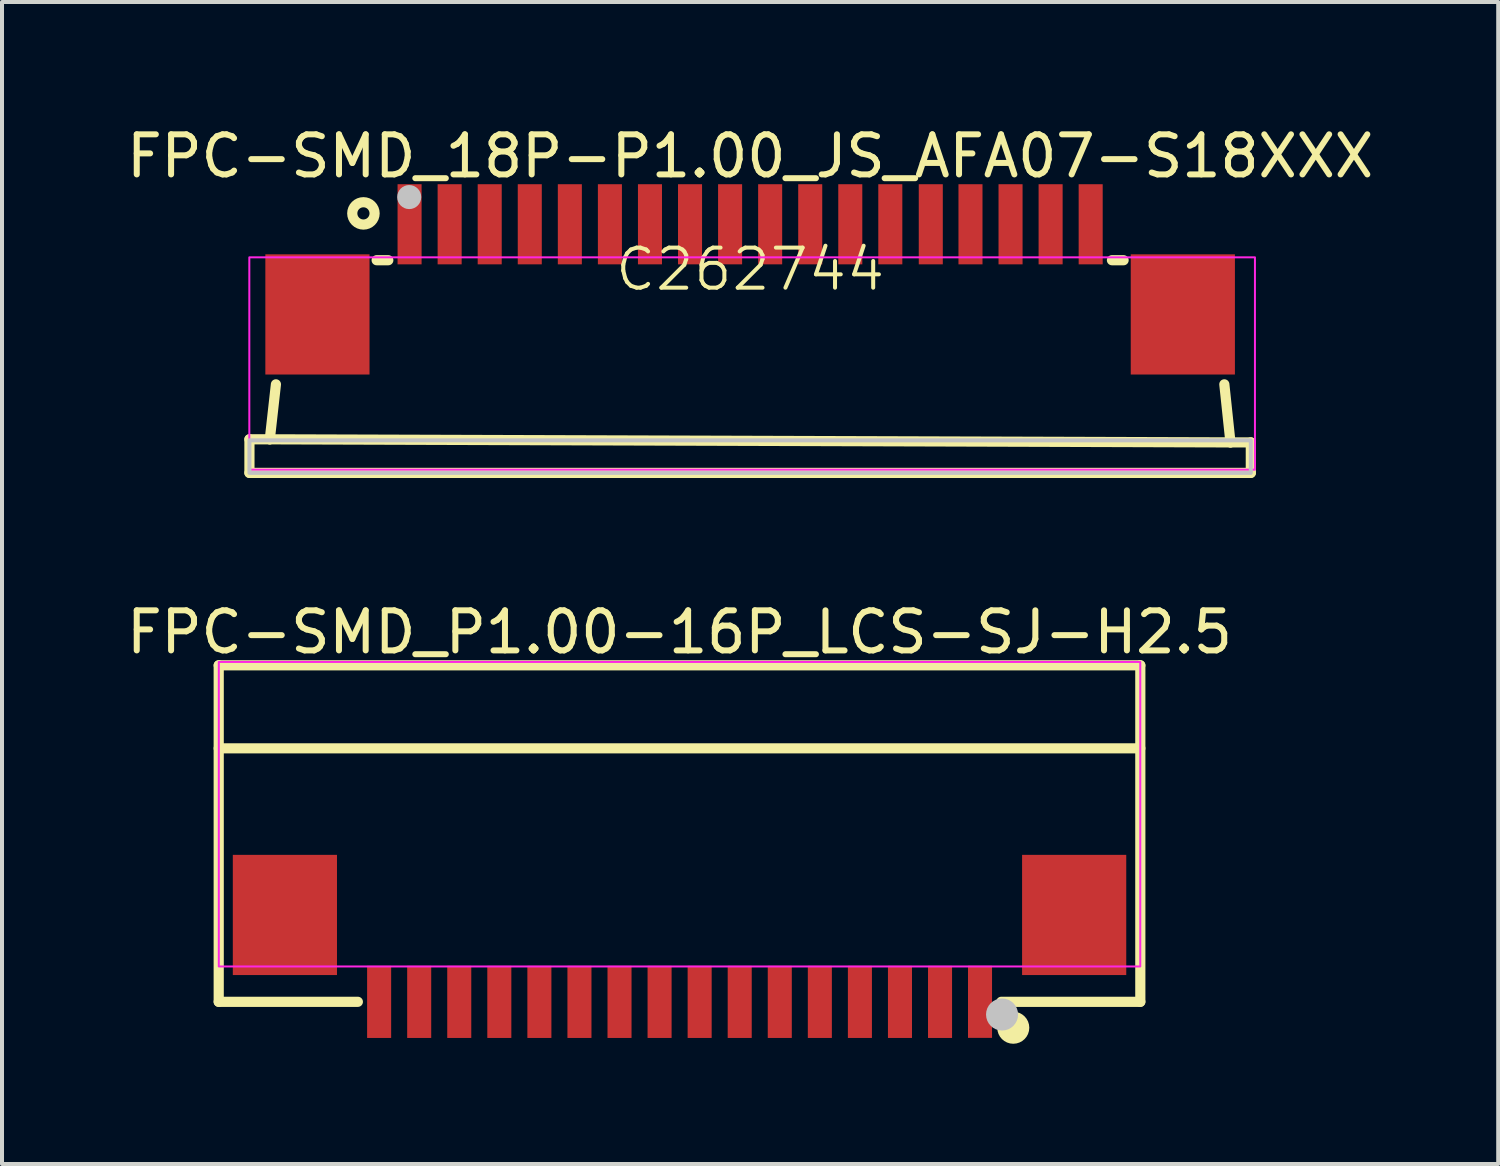
<source format=kicad_pcb>
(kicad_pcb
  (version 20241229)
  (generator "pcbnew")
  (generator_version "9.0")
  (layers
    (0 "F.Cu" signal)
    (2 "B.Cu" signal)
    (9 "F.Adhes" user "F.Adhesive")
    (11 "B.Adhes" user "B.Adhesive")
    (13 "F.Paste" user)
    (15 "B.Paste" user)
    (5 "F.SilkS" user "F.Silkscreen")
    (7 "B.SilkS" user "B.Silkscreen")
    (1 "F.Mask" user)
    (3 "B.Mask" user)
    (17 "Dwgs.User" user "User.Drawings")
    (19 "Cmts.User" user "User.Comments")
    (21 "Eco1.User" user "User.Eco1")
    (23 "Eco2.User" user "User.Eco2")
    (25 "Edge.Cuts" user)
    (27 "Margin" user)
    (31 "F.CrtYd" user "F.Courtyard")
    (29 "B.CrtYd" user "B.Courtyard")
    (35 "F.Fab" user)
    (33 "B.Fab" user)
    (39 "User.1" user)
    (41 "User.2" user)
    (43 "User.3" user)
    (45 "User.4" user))
  (footprint "FPC-SMD_P1.00-16P_LCS-SJ-H2.5"
    (layer "F.Cu")
    (at 13.911 20.872)
    (property "Reference" "FPC-SMD_P1.00-16P_LCS-SJ-H2.5" (at -0.00025 -8.143 0) (layer "F.SilkS") (effects (font (size 1 1) (thickness 0.15))))
    (fp_line (start -11.502 -7.316) (end 11.501 -7.316) (stroke (width 0.254) (type solid)) (layer "F.SilkS"))
    (fp_line (start -11.502 -5.244) (end 11.501 -5.244) (stroke (width 0.254) (type default)) (layer "F.SilkS"))
    (fp_line (start -11.502 1.083) (end -11.502 -7.316) (stroke (width 0.254) (type default)) (layer "F.SilkS"))
    (fp_line (start -8.029 1.083) (end -11.502 1.083) (stroke (width 0.254) (type default)) (layer "F.SilkS"))
    (fp_line (start 11.501 -7.316) (end 11.501 1.083) (stroke (width 0.254) (type default)) (layer "F.SilkS"))
    (fp_line (start 11.501 1.083) (end 8.031 1.083) (stroke (width 0.254) (type default)) (layer "F.SilkS"))
    (fp_circle (center 8.33 1.73) (end 8.53 1.73) (stroke (width 0.4) (type default)) (fill no) (layer "F.SilkS"))
    (fp_circle (center 8.05 1.4) (end 8.25 1.4) (stroke (width 0.4) (type default)) (fill no) (layer "Dwgs.User"))
    (fp_rect (start -11.5 -7.4) (end 11.5 0.2) (stroke (width 0.05) (type solid)) (fill no) (layer "F.CrtYd"))
    (fp_poly (pts (xy -8.95 -0.035) (xy -10.75 -0.035) (xy -10.75 -2.135) (xy -8.95 -2.135)) (stroke (width 0.1) (type default)) (fill no) (layer "User.1"))
    (fp_poly (pts (xy -7.373 1.284) (xy -7.623 1.284) (xy -7.623 0.183) (xy -7.373 0.183)) (stroke (width 0.1) (type default)) (fill no) (layer "User.1"))
    (fp_poly (pts (xy -6.373 1.284) (xy -6.623 1.284) (xy -6.623 0.183) (xy -6.373 0.183)) (stroke (width 0.1) (type default)) (fill no) (layer "User.1"))
    (fp_poly (pts (xy -5.373 1.284) (xy -5.623 1.284) (xy -5.623 0.183) (xy -5.373 0.183)) (stroke (width 0.1) (type default)) (fill no) (layer "User.1"))
    (fp_poly (pts (xy -4.373 1.284) (xy -4.623 1.284) (xy -4.623 0.183) (xy -4.373 0.183)) (stroke (width 0.1) (type default)) (fill no) (layer "User.1"))
    (fp_poly (pts (xy -3.373 1.284) (xy -3.623 1.284) (xy -3.623 0.183) (xy -3.373 0.183)) (stroke (width 0.1) (type default)) (fill no) (layer "User.1"))
    (fp_poly (pts (xy -2.373 1.284) (xy -2.623 1.284) (xy -2.623 0.183) (xy -2.373 0.183)) (stroke (width 0.1) (type default)) (fill no) (layer "User.1"))
    (fp_poly (pts (xy -1.373 1.284) (xy -1.623 1.284) (xy -1.623 0.183) (xy -1.373 0.183)) (stroke (width 0.1) (type default)) (fill no) (layer "User.1"))
    (fp_poly (pts (xy -0.373 1.284) (xy -0.623 1.284) (xy -0.623 0.183) (xy -0.373 0.183)) (stroke (width 0.1) (type default)) (fill no) (layer "User.1"))
    (fp_poly (pts (xy 0.627 1.284) (xy 0.377 1.284) (xy 0.377 0.183) (xy 0.627 0.183)) (stroke (width 0.1) (type default)) (fill no) (layer "User.1"))
    (fp_poly (pts (xy 1.627 1.284) (xy 1.377 1.284) (xy 1.377 0.183) (xy 1.627 0.183)) (stroke (width 0.1) (type default)) (fill no) (layer "User.1"))
    (fp_poly (pts (xy 2.627 1.284) (xy 2.377 1.284) (xy 2.377 0.183) (xy 2.627 0.183)) (stroke (width 0.1) (type default)) (fill no) (layer "User.1"))
    (fp_poly (pts (xy 3.627 1.284) (xy 3.377 1.284) (xy 3.377 0.183) (xy 3.627 0.183)) (stroke (width 0.1) (type default)) (fill no) (layer "User.1"))
    (fp_poly (pts (xy 4.627 1.284) (xy 4.377 1.284) (xy 4.377 0.183) (xy 4.627 0.183)) (stroke (width 0.1) (type default)) (fill no) (layer "User.1"))
    (fp_poly (pts (xy 5.627 1.284) (xy 5.377 1.284) (xy 5.377 0.183) (xy 5.627 0.183)) (stroke (width 0.1) (type default)) (fill no) (layer "User.1"))
    (fp_poly (pts (xy 6.627 1.284) (xy 6.377 1.284) (xy 6.377 0.183) (xy 6.627 0.183)) (stroke (width 0.1) (type default)) (fill no) (layer "User.1"))
    (fp_poly (pts (xy 7.625 1.284) (xy 7.375 1.284) (xy 7.375 0.183) (xy 7.625 0.183)) (stroke (width 0.1) (type default)) (fill no) (layer "User.1"))
    (fp_poly (pts (xy 10.75 -0.035) (xy 8.95 -0.035) (xy 8.95 -2.135) (xy 10.75 -2.135)) (stroke (width 0.1) (type default)) (fill no) (layer "User.1"))
    (fp_line (start -11.5 -5.1) (end 11.5 -5.1) (stroke (width 0.051) (type default)) (layer "User.2"))
    (fp_line (start -11.5 -4.12) (end -11.5 -5.1) (stroke (width 0.051) (type default)) (layer "User.2"))
    (fp_line (start -11.15 -2.62) (end -11.5 -4.12) (stroke (width 0.051) (type default)) (layer "User.2"))
    (fp_line (start -11.15 -1.62) (end -11.15 -2.62) (stroke (width 0.051) (type default)) (layer "User.2"))
    (fp_line (start -11.02 0.2) (end -11 -1.62) (stroke (width 0.051) (type default)) (layer "User.2"))
    (fp_line (start -11 -1.62) (end -11.15 -1.62) (stroke (width 0.051) (type default)) (layer "User.2"))
    (fp_line (start 11 -1.62) (end 11.01 0.2) (stroke (width 0.051) (type default)) (layer "User.2"))
    (fp_line (start 11.01 0.2) (end -11.02 0.2) (stroke (width 0.051) (type default)) (layer "User.2"))
    (fp_line (start 11.15 -1.62) (end 11 -1.62) (stroke (width 0.051) (type default)) (layer "User.2"))
    (fp_line (start 11.16 -2.64) (end 11.15 -1.62) (stroke (width 0.051) (type default)) (layer "User.2"))
    (fp_line (start 11.34 -3.37) (end 11.16 -2.64) (stroke (width 0.051) (type default)) (layer "User.2"))
    (fp_line (start 11.5 -5.1) (end 11.53 -4.22) (stroke (width 0.051) (type default)) (layer "User.2"))
    (fp_line (start 11.53 -4.22) (end 11.34 -3.37) (stroke (width 0.051) (type default)) (layer "User.2"))
    (fp_poly (pts (xy 11.585 1.261) (xy 11.553 1.228) (xy 11.507 1.228) (xy 11.475 1.261) (xy 11.475 1.306) (xy 11.507 1.339) (xy 11.553 1.339) (xy 11.585 1.306)) (stroke (width 0.1) (type default)) (fill no) (layer "User.3"))
    (pad "1" smd rect (at 7.5 1.083 180) (size 0.6 1.8) (layers "F.Cu" "F.Mask" "F.Paste"))
    (pad "2" smd rect (at 6.502 1.085 180) (size 0.6 1.8) (layers "F.Cu" "F.Mask" "F.Paste"))
    (pad "3" smd rect (at 5.502 1.085 180) (size 0.6 1.8) (layers "F.Cu" "F.Mask" "F.Paste"))
    (pad "4" smd rect (at 4.502 1.085 180) (size 0.6 1.8) (layers "F.Cu" "F.Mask" "F.Paste"))
    (pad "5" smd rect (at 3.502 1.085 180) (size 0.6 1.8) (layers "F.Cu" "F.Mask" "F.Paste"))
    (pad "6" smd rect (at 2.502 1.085 180) (size 0.6 1.8) (layers "F.Cu" "F.Mask" "F.Paste"))
    (pad "7" smd rect (at 1.502 1.085 180) (size 0.6 1.8) (layers "F.Cu" "F.Mask" "F.Paste"))
    (pad "8" smd rect (at 0.502 1.085 180) (size 0.6 1.8) (layers "F.Cu" "F.Mask" "F.Paste"))
    (pad "9" smd rect (at -0.498 1.085 180) (size 0.6 1.8) (layers "F.Cu" "F.Mask" "F.Paste"))
    (pad "10" smd rect (at -1.498 1.085 180) (size 0.6 1.8) (layers "F.Cu" "F.Mask" "F.Paste"))
    (pad "11" smd rect (at -2.498 1.085 180) (size 0.6 1.8) (layers "F.Cu" "F.Mask" "F.Paste"))
    (pad "12" smd rect (at -3.498 1.085 180) (size 0.6 1.8) (layers "F.Cu" "F.Mask" "F.Paste"))
    (pad "13" smd rect (at -4.498 1.085 180) (size 0.6 1.8) (layers "F.Cu" "F.Mask" "F.Paste"))
    (pad "14" smd rect (at -5.498 1.085 180) (size 0.6 1.8) (layers "F.Cu" "F.Mask" "F.Paste"))
    (pad "15" smd rect (at -6.498 1.085 180) (size 0.6 1.8) (layers "F.Cu" "F.Mask" "F.Paste"))
    (pad "16" smd rect (at -7.498 1.085 180) (size 0.6 1.8) (layers "F.Cu" "F.Mask" "F.Paste"))
    (pad "MP" smd rect (at -9.85 -1.085 180) (size 2.6 3) (layers "F.Cu" "F.Mask" "F.Paste"))
    (pad "MP" smd rect (at 9.85 -1.085 180) (size 2.6 3) (layers "F.Cu" "F.Mask" "F.Paste")))
  (footprint "FPC-SMD_18P-P1.00_JS_AFA07-S18XXX"
    (layer "F.Cu")
    (at 15.673 3.673)
    (property "Reference" "FPC-SMD_18P-P1.00_JS_AFA07-S18XXX" (at 0 -2.825 0) (layer "F.SilkS") (effects (font (size 1 1) (thickness 0.15))))
    (property "JLC part" "C262744" (at 0 0 0) (layer "F.SilkS") (effects (font (size 1 1) (thickness 0.1))))
    (fp_line (start -12.497 4.242) (end -12.497 5.08) (stroke (width 0.254) (type default)) (layer "F.SilkS"))
    (fp_line (start -12.497 4.242) (end -11.989 4.242) (stroke (width 0.254) (type default)) (layer "F.SilkS"))
    (fp_line (start -12.497 5.08) (end 12.497 5.08) (stroke (width 0.254) (type default)) (layer "F.SilkS"))
    (fp_line (start -11.989 4.242) (end -11.836 2.87) (stroke (width 0.254) (type default)) (layer "F.SilkS"))
    (fp_line (start -11.989 4.242) (end 11.989 4.319) (stroke (width 0.254) (type default)) (layer "F.SilkS"))
    (fp_line (start -9.322 -0.228) (end -9.031 -0.228) (stroke (width 0.254) (type default)) (layer "F.SilkS"))
    (fp_line (start 9.031 -0.228) (end 9.322 -0.228) (stroke (width 0.254) (type default)) (layer "F.SilkS"))
    (fp_line (start 11.989 4.319) (end 11.836 2.87) (stroke (width 0.254) (type default)) (layer "F.SilkS"))
    (fp_line (start 12.497 4.319) (end 11.989 4.319) (stroke (width 0.254) (type default)) (layer "F.SilkS"))
    (fp_line (start 12.497 5.08) (end 12.497 4.319) (stroke (width 0.254) (type default)) (layer "F.SilkS"))
    (fp_circle (center -9.652 -1.397) (end -9.373 -1.397) (stroke (width 0.254) (type default)) (fill no) (layer "F.SilkS"))
    (fp_circle (center -8.509 -1.804) (end -8.359 -1.804) (stroke (width 0.3) (type default)) (fill no) (layer "Dwgs.User"))
    (fp_poly (pts (xy 12.497 4.267) (xy 12.497 5.08) (xy -12.497 5.08) (xy -12.497 4.267)) (stroke (width 0.1) (type default)) (fill no) (layer "Dwgs.User"))
    (fp_rect (start -12.5 -0.3) (end 12.6 5) (stroke (width 0.05) (type default)) (fill no) (layer "F.CrtYd"))
    (fp_poly (pts (xy -11.7 -0.15) (xy -9.9 -0.15) (xy -9.9 2.4) (xy -11.7 2.4)) (stroke (width 0.1) (type default)) (fill no) (layer "User.1"))
    (fp_poly (pts (xy -8.625 -1.669) (xy -8.375 -1.669) (xy -8.375 -0.07) (xy -8.625 -0.07)) (stroke (width 0.1) (type default)) (fill no) (layer "User.1"))
    (fp_poly (pts (xy -7.625 -1.669) (xy -7.375 -1.669) (xy -7.375 -0.07) (xy -7.625 -0.07)) (stroke (width 0.1) (type default)) (fill no) (layer "User.1"))
    (fp_poly (pts (xy -6.625 -1.669) (xy -6.375 -1.669) (xy -6.375 -0.07) (xy -6.625 -0.07)) (stroke (width 0.1) (type default)) (fill no) (layer "User.1"))
    (fp_poly (pts (xy -5.625 -1.669) (xy -5.375 -1.669) (xy -5.375 -0.07) (xy -5.625 -0.07)) (stroke (width 0.1) (type default)) (fill no) (layer "User.1"))
    (fp_poly (pts (xy -4.625 -1.669) (xy -4.375 -1.669) (xy -4.375 -0.07) (xy -4.625 -0.07)) (stroke (width 0.1) (type default)) (fill no) (layer "User.1"))
    (fp_poly (pts (xy -3.625 -1.669) (xy -3.375 -1.669) (xy -3.375 -0.07) (xy -3.625 -0.07)) (stroke (width 0.1) (type default)) (fill no) (layer "User.1"))
    (fp_poly (pts (xy -2.625 -1.669) (xy -2.375 -1.669) (xy -2.375 -0.07) (xy -2.625 -0.07)) (stroke (width 0.1) (type default)) (fill no) (layer "User.1"))
    (fp_poly (pts (xy -1.625 -1.669) (xy -1.375 -1.669) (xy -1.375 -0.07) (xy -1.625 -0.07)) (stroke (width 0.1) (type default)) (fill no) (layer "User.1"))
    (fp_poly (pts (xy -0.625 -1.669) (xy -0.375 -1.669) (xy -0.375 -0.07) (xy -0.625 -0.07)) (stroke (width 0.1) (type default)) (fill no) (layer "User.1"))
    (fp_poly (pts (xy 0.375 -1.669) (xy 0.625 -1.669) (xy 0.625 -0.07) (xy 0.375 -0.07)) (stroke (width 0.1) (type default)) (fill no) (layer "User.1"))
    (fp_poly (pts (xy 1.375 -1.669) (xy 1.625 -1.669) (xy 1.625 -0.07) (xy 1.375 -0.07)) (stroke (width 0.1) (type default)) (fill no) (layer "User.1"))
    (fp_poly (pts (xy 2.375 -1.669) (xy 2.625 -1.669) (xy 2.625 -0.07) (xy 2.375 -0.07)) (stroke (width 0.1) (type default)) (fill no) (layer "User.1"))
    (fp_poly (pts (xy 3.374 -1.669) (xy 3.624 -1.669) (xy 3.624 -0.07) (xy 3.374 -0.07)) (stroke (width 0.1) (type default)) (fill no) (layer "User.1"))
    (fp_poly (pts (xy 4.384 -1.669) (xy 4.634 -1.669) (xy 4.634 -0.07) (xy 4.384 -0.07)) (stroke (width 0.1) (type default)) (fill no) (layer "User.1"))
    (fp_poly (pts (xy 5.375 -1.669) (xy 5.625 -1.669) (xy 5.625 -0.07) (xy 5.375 -0.07)) (stroke (width 0.1) (type default)) (fill no) (layer "User.1"))
    (fp_poly (pts (xy 6.375 -1.669) (xy 6.625 -1.669) (xy 6.625 -0.07) (xy 6.375 -0.07)) (stroke (width 0.1) (type default)) (fill no) (layer "User.1"))
    (fp_poly (pts (xy 7.375 -1.669) (xy 7.625 -1.669) (xy 7.625 -0.07) (xy 7.375 -0.07)) (stroke (width 0.1) (type default)) (fill no) (layer "User.1"))
    (fp_poly (pts (xy 8.375 -1.669) (xy 8.625 -1.669) (xy 8.625 -0.07) (xy 8.375 -0.07)) (stroke (width 0.1) (type default)) (fill no) (layer "User.1"))
    (fp_poly (pts (xy 9.9 -0.15) (xy 11.7 -0.15) (xy 11.7 2.4) (xy 9.9 2.4)) (stroke (width 0.1) (type default)) (fill no) (layer "User.1"))
    (fp_line (start -12.5 -0.22) (end 12.5 -0.22) (stroke (width 0.051) (type default)) (layer "User.2"))
    (fp_line (start -12.5 5.08) (end -12.5 -0.22) (stroke (width 0.051) (type default)) (layer "User.2"))
    (fp_line (start 12.5 -0.22) (end 12.5 5.08) (stroke (width 0.051) (type default)) (layer "User.2"))
    (fp_line (start 12.5 5.08) (end -12.5 5.08) (stroke (width 0.051) (type default)) (layer "User.2"))
    (fp_poly (pts (xy -12.445 -1.692) (xy -12.477 -1.725) (xy -12.523 -1.725) (xy -12.555 -1.692) (xy -12.555 -1.647) (xy -12.523 -1.614) (xy -12.477 -1.614) (xy -12.445 -1.647)) (stroke (width 0.1) (type default)) (fill no) (layer "User.3"))
    (pad "1" smd rect (at -8.5 -1.125) (size 0.6 2) (layers "F.Cu" "F.Mask" "F.Paste"))
    (pad "2" smd rect (at -7.5 -1.125) (size 0.6 2) (layers "F.Cu" "F.Mask" "F.Paste"))
    (pad "3" smd rect (at -6.5 -1.125) (size 0.6 2) (layers "F.Cu" "F.Mask" "F.Paste"))
    (pad "4" smd rect (at -5.5 -1.125) (size 0.6 2) (layers "F.Cu" "F.Mask" "F.Paste"))
    (pad "5" smd rect (at -4.5 -1.125) (size 0.6 2) (layers "F.Cu" "F.Mask" "F.Paste"))
    (pad "6" smd rect (at -3.5 -1.125) (size 0.6 2) (layers "F.Cu" "F.Mask" "F.Paste"))
    (pad "7" smd rect (at -2.5 -1.125) (size 0.6 2) (layers "F.Cu" "F.Mask" "F.Paste"))
    (pad "8" smd rect (at -1.5 -1.125) (size 0.6 2) (layers "F.Cu" "F.Mask" "F.Paste"))
    (pad "9" smd rect (at -0.5 -1.125) (size 0.6 2) (layers "F.Cu" "F.Mask" "F.Paste"))
    (pad "10" smd rect (at 0.5 -1.125) (size 0.6 2) (layers "F.Cu" "F.Mask" "F.Paste"))
    (pad "11" smd rect (at 1.5 -1.125) (size 0.6 2) (layers "F.Cu" "F.Mask" "F.Paste"))
    (pad "12" smd rect (at 2.5 -1.125) (size 0.6 2) (layers "F.Cu" "F.Mask" "F.Paste"))
    (pad "13" smd rect (at 3.499 -1.125) (size 0.6 2) (layers "F.Cu" "F.Mask" "F.Paste"))
    (pad "14" smd rect (at 4.509 -1.125) (size 0.6 2) (layers "F.Cu" "F.Mask" "F.Paste"))
    (pad "15" smd rect (at 5.5 -1.125) (size 0.6 2) (layers "F.Cu" "F.Mask" "F.Paste"))
    (pad "16" smd rect (at 6.5 -1.125) (size 0.6 2) (layers "F.Cu" "F.Mask" "F.Paste"))
    (pad "17" smd rect (at 7.5 -1.125) (size 0.6 2) (layers "F.Cu" "F.Mask" "F.Paste"))
    (pad "18" smd rect (at 8.5 -1.125) (size 0.6 2) (layers "F.Cu" "F.Mask" "F.Paste"))
    (pad "MP" smd rect (at -10.8 1.125) (size 2.6 3) (layers "F.Cu" "F.Mask" "F.Paste"))
    (pad "MP" smd rect (at 10.8 1.125) (size 2.6 3) (layers "F.Cu" "F.Mask" "F.Paste")))
  (gr_rect
    (start -3 -3)
    (end 34.345 26.003)
    (stroke (width 0.1) (type default))
    (fill no)
    (layer "Edge.Cuts")))
</source>
